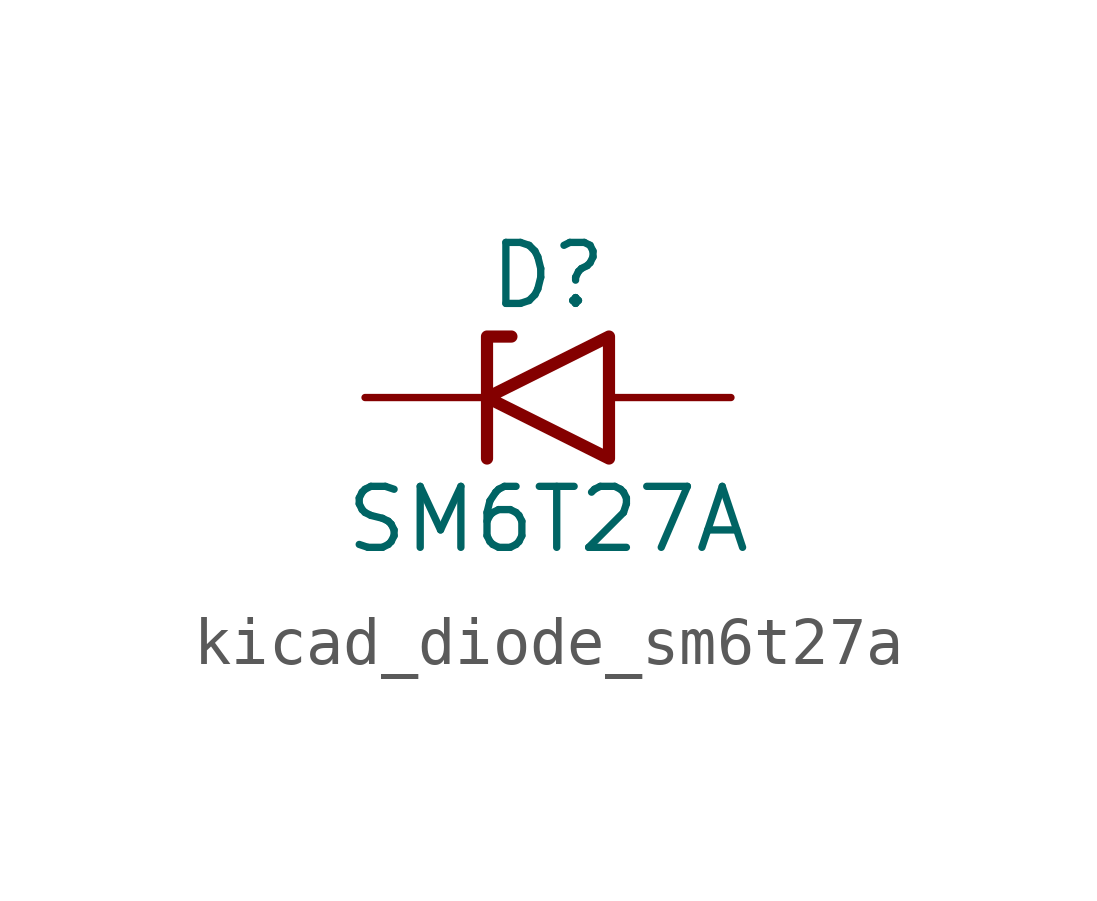
<source format=kicad_sym>
(kicad_symbol_lib
  (version 20220914)
  (generator kicad_symbol_editor)
  (symbol "kicad_diode_sm6t27a"
    (pin_numbers hide)
    (pin_names
      (offset 1.016) hide)
    (property "Reference" "D"
      (at 0 2.54 0)
      (effects (font (size 1.27 1.27))))
    (property "Value" "SM6T27A"
      (at 0 -2.54 0)
      (effects (font (size 1.27 1.27))))
    (symbol "kicad_diode_sm6t27a_0_1"
      (polyline (pts (xy -0.762 1.27) (xy -1.27 1.27) (xy -1.27 -1.27)) (stroke (width 0.254) (type default)) (fill (type none)))
      (polyline (pts (xy 1.27 1.27) (xy 1.27 -1.27) (xy -1.27 0) (xy 1.27 1.27)) (stroke (width 0.254) (type default)) (fill (type none))))
    (symbol "kicad_diode_sm6t27a_1_1"
      (pin passive line (at -3.81 0 0) (length 2.54) (name "A1" (effects (font (size 1.27 1.27)))) (number "1" (effects (font (size 1.27 1.27)))))
      (pin passive line (at 3.81 0 180) (length 2.54) (name "A2" (effects (font (size 1.27 1.27)))) (number "2" (effects (font (size 1.27 1.27))))))))
</source>
